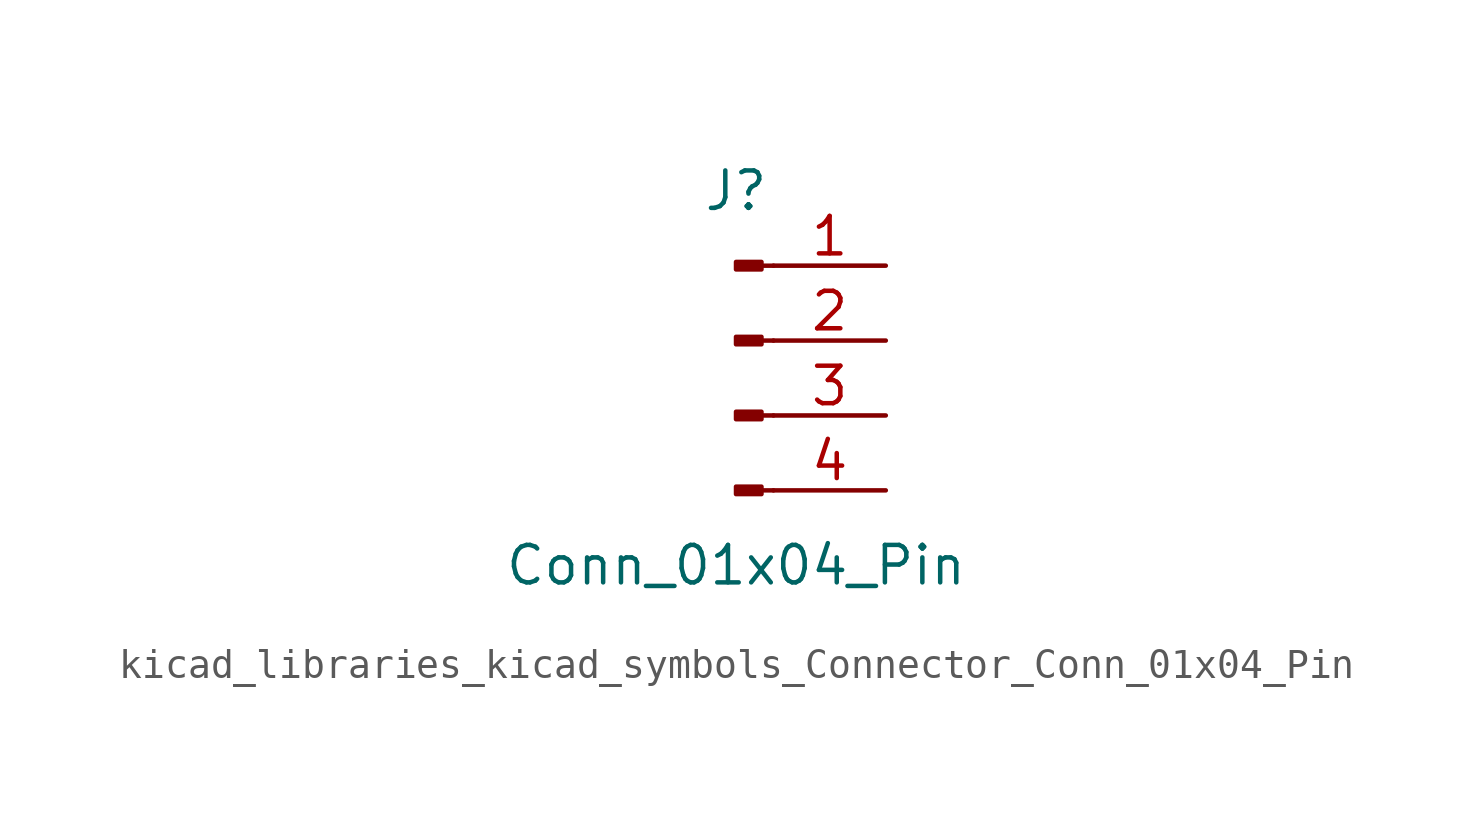
<source format=kicad_sym>
(kicad_symbol_lib
  (version 20220914)
  (generator kicad_symbol_editor)
  (symbol "kicad_libraries_kicad_symbols_Connector_Conn_01x04_Pin"
    (pin_names
      (offset 1.016) hide)
    (property "Reference" "J"
      (at 0 5.08 0)
      (effects (font (size 1.27 1.27))))
    (property "Value" "Conn_01x04_Pin"
      (at 0 -7.62 0)
      (effects (font (size 1.27 1.27))))
    (property "ki_locked" ""
      (at 0 0 0)
      (effects (font (size 1.27 1.27))))
    (symbol "kicad_libraries_kicad_symbols_Connector_Conn_01x04_Pin_1_1"
      (polyline (pts (xy 1.27 -5.08) (xy 0.864 -5.08)) (stroke (width 0.152) (type default)) (fill (type none)))
      (polyline (pts (xy 1.27 -2.54) (xy 0.864 -2.54)) (stroke (width 0.152) (type default)) (fill (type none)))
      (polyline (pts (xy 1.27 0) (xy 0.864 0)) (stroke (width 0.152) (type default)) (fill (type none)))
      (polyline (pts (xy 1.27 2.54) (xy 0.864 2.54)) (stroke (width 0.152) (type default)) (fill (type none)))
      (rectangle (start 0.864 -4.953) (end 0 -5.207) (stroke (width 0.152) (type default)) (fill (type outline)))
      (rectangle (start 0.864 -2.413) (end 0 -2.667) (stroke (width 0.152) (type default)) (fill (type outline)))
      (rectangle (start 0.864 0.127) (end 0 -0.127) (stroke (width 0.152) (type default)) (fill (type outline)))
      (rectangle (start 0.864 2.667) (end 0 2.413) (stroke (width 0.152) (type default)) (fill (type outline)))
      (pin passive line (at 5.08 2.54 180) (length 3.81) (name "Pin_1" (effects (font (size 1.27 1.27)))) (number "1" (effects (font (size 1.27 1.27)))))
      (pin passive line (at 5.08 0 180) (length 3.81) (name "Pin_2" (effects (font (size 1.27 1.27)))) (number "2" (effects (font (size 1.27 1.27)))))
      (pin passive line (at 5.08 -2.54 180) (length 3.81) (name "Pin_3" (effects (font (size 1.27 1.27)))) (number "3" (effects (font (size 1.27 1.27)))))
      (pin passive line (at 5.08 -5.08 180) (length 3.81) (name "Pin_4" (effects (font (size 1.27 1.27)))) (number "4" (effects (font (size 1.27 1.27))))))))
</source>
